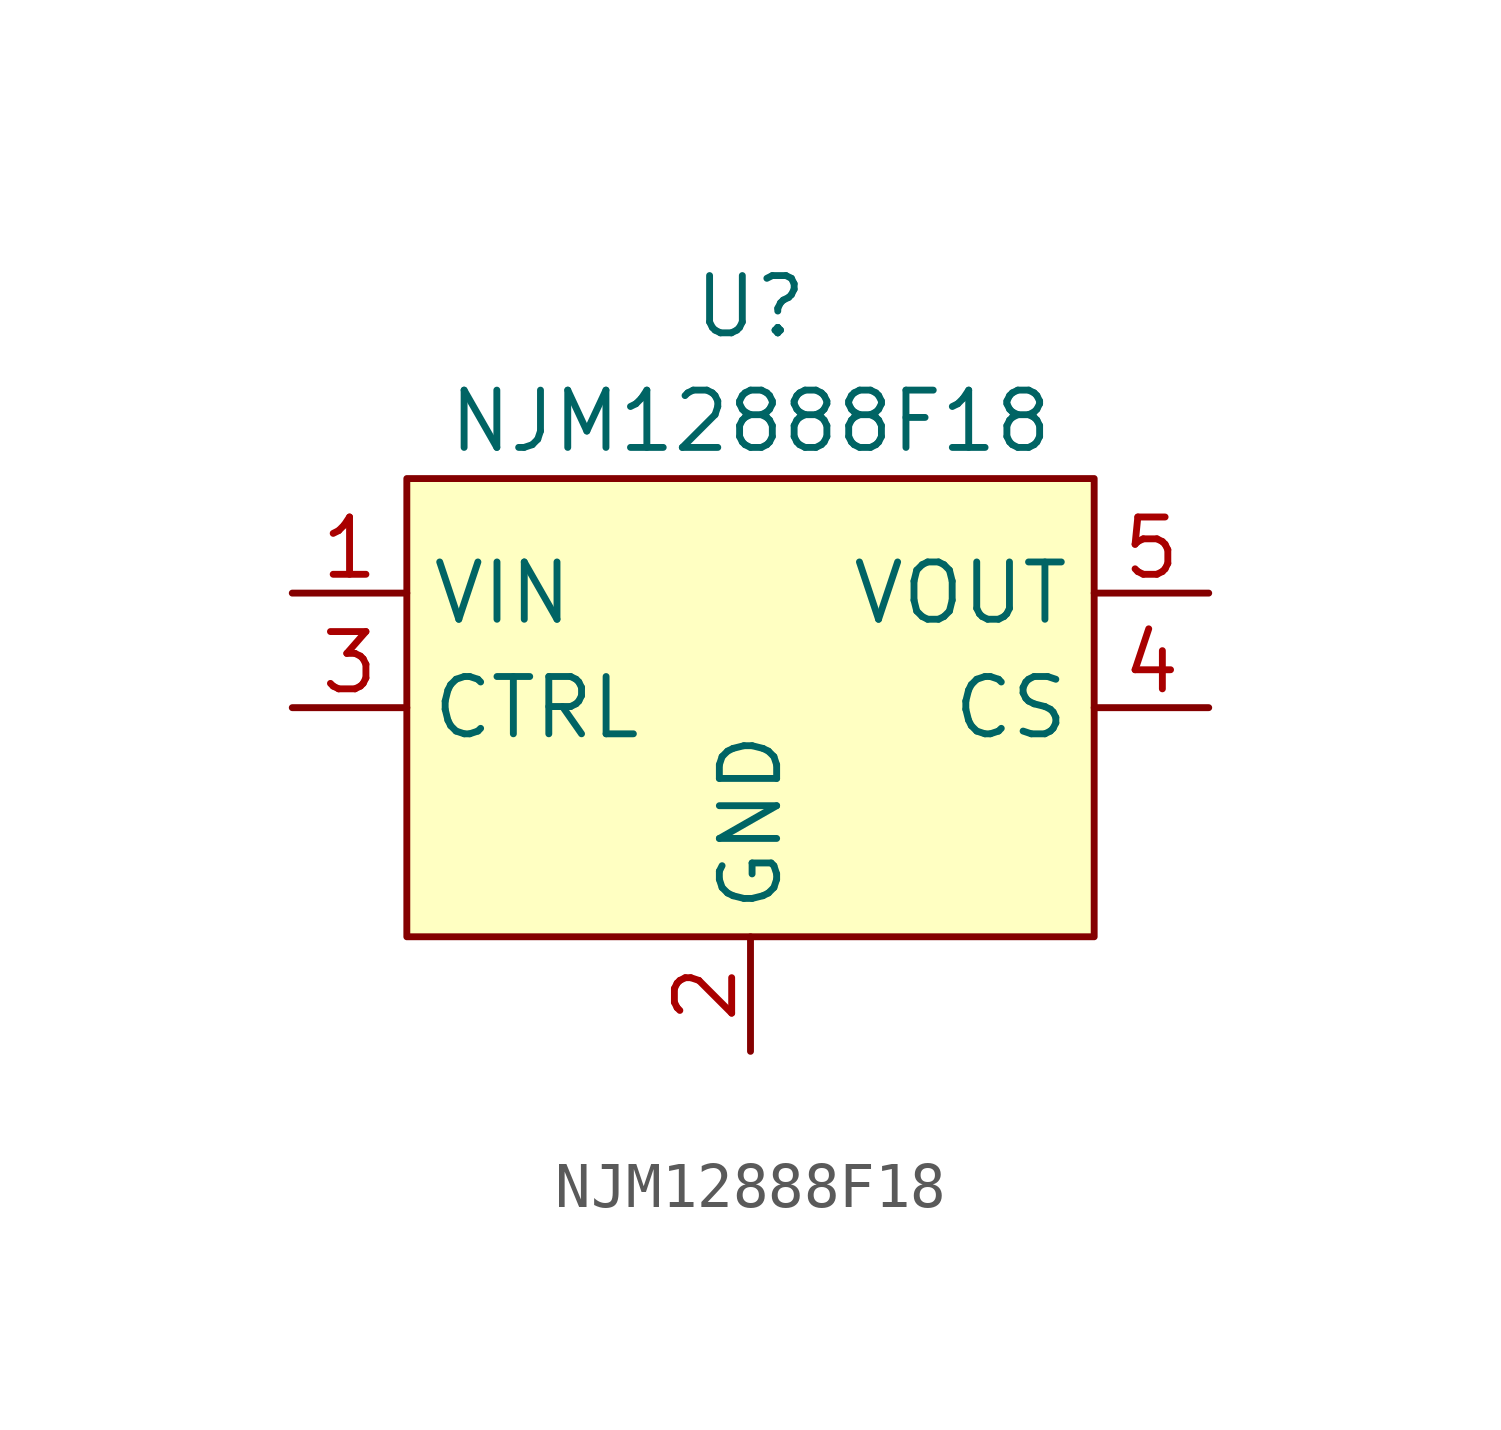
<source format=kicad_sym>
(kicad_symbol_lib
  (version 20211014)
  (generator kicad_symbol_editor)
  (symbol "NJM12888F18"
    (property "Reference" "U"
      (at 0 8.89 0)
      (effects (font (size 1.27 1.27))))
    (property "Value" "NJM12888F18"
      (at 0 6.35 0)
      (effects (font (size 1.27 1.27))))
    (symbol "NJM12888F18_0_1"
      (rectangle (start -7.62 -5.08) (end 7.62 5.08) (stroke (width 0) (type default) (color 0 0 0 0)) (fill (type background))))
    (symbol "NJM12888F18_1_1"
      (pin power_in line (at -10.16 2.54 0) (length 2.54) (name "VIN" (effects (font (size 1.27 1.27)))) (number "1" (effects (font (size 1.27 1.27)))))
      (pin power_in line (at 0 -7.62 90) (length 2.54) (name "GND" (effects (font (size 1.27 1.27)))) (number "2" (effects (font (size 1.27 1.27)))))
      (pin input line (at -10.16 0 0) (length 2.54) (name "CTRL" (effects (font (size 1.27 1.27)))) (number "3" (effects (font (size 1.27 1.27)))))
      (pin passive line (at 10.16 0 180) (length 2.54) (name "CS" (effects (font (size 1.27 1.27)))) (number "4" (effects (font (size 1.27 1.27)))))
      (pin power_out line (at 10.16 2.54 180) (length 2.54) (name "VOUT" (effects (font (size 1.27 1.27)))) (number "5" (effects (font (size 1.27 1.27))))))))
</source>
